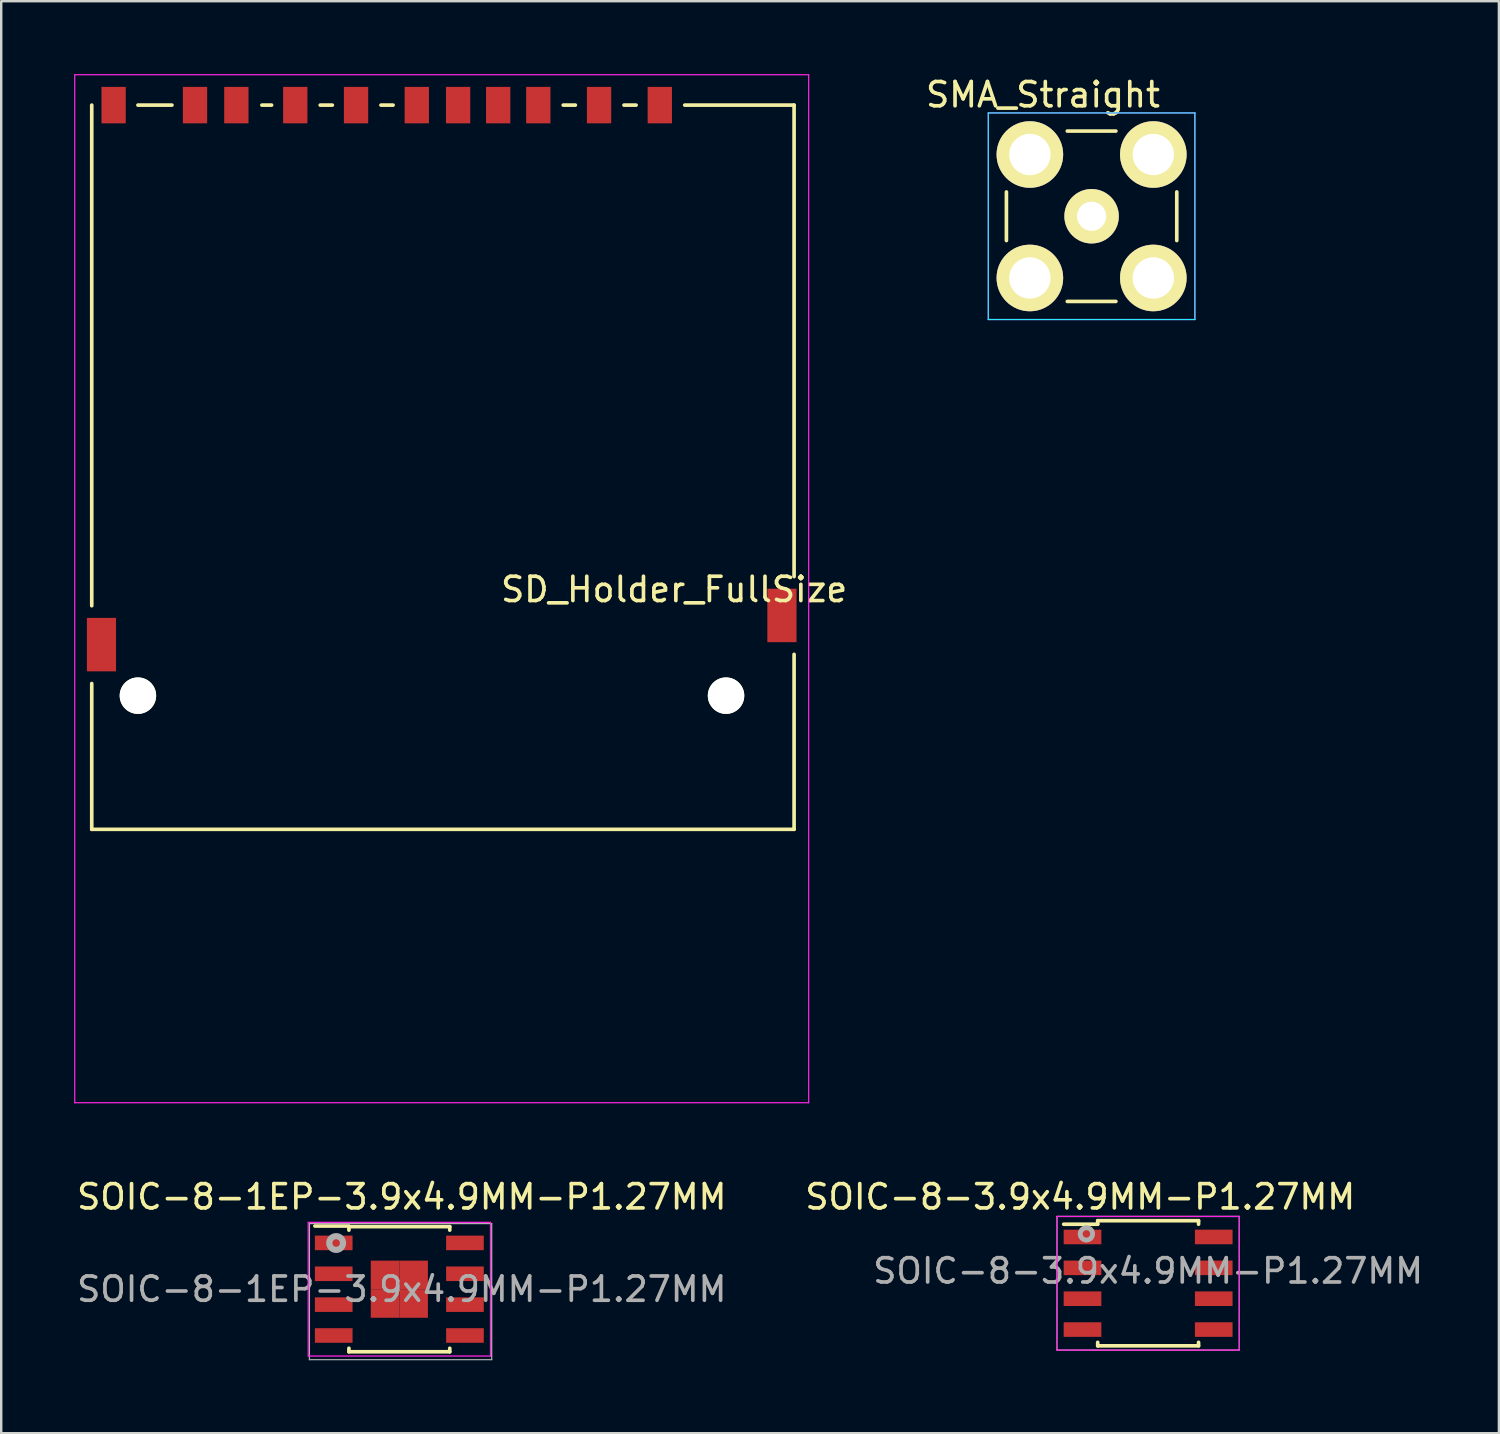
<source format=kicad_pcb>
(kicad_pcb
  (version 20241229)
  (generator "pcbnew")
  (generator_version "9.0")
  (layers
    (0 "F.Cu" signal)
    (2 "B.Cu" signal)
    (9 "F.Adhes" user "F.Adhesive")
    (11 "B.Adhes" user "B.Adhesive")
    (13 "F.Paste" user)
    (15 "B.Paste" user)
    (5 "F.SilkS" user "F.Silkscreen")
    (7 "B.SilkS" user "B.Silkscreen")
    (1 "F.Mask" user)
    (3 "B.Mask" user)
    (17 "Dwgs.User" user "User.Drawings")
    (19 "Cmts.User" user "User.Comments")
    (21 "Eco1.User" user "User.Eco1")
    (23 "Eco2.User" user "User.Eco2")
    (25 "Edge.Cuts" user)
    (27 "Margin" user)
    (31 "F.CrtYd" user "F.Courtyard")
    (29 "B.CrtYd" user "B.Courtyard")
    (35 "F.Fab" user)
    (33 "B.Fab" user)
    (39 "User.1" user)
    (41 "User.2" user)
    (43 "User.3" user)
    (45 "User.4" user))
  (footprint "SOIC-8-3.9x4.9MM-P1.27MM"
    (layer "F.Cu")
    (at 44.193 49.754)
    (property "Reference" "SOIC-8-3.9x4.9MM-P1.27MM" (at 0 -0.508 0) (layer "F.Fab") (effects (font (size 1 1) (thickness 0.15))))
    (attr smd)
    (fp_line (start -2.075 -2.575) (end -2.075 -2.43) (stroke (width 0.15) (type solid)) (layer "F.SilkS"))
    (fp_line (start -2.075 -2.575) (end 2.075 -2.575) (stroke (width 0.15) (type solid)) (layer "F.SilkS"))
    (fp_line (start -2.075 -2.43) (end -3.475 -2.43) (stroke (width 0.15) (type solid)) (layer "F.SilkS"))
    (fp_line (start -2.075 2.575) (end -2.075 2.43) (stroke (width 0.15) (type solid)) (layer "F.SilkS"))
    (fp_line (start -2.075 2.575) (end 2.075 2.575) (stroke (width 0.15) (type solid)) (layer "F.SilkS"))
    (fp_line (start 2.075 -2.575) (end 2.075 -2.43) (stroke (width 0.15) (type solid)) (layer "F.SilkS"))
    (fp_line (start 2.075 2.575) (end 2.075 2.43) (stroke (width 0.15) (type solid)) (layer "F.SilkS"))
    (fp_line (start -3.75 -2.75) (end -3.75 2.75) (stroke (width 0.05) (type solid)) (layer "F.CrtYd"))
    (fp_line (start -3.75 -2.75) (end 3.75 -2.75) (stroke (width 0.05) (type solid)) (layer "F.CrtYd"))
    (fp_line (start -3.75 2.75) (end 3.75 2.75) (stroke (width 0.05) (type solid)) (layer "F.CrtYd"))
    (fp_line (start 3.75 -2.75) (end 3.75 2.75) (stroke (width 0.05) (type solid)) (layer "F.CrtYd"))
    (fp_line (start -3.75 -2.75) (end -3.75 2.75) (stroke (width 0.05) (type solid)) (layer "F.Fab"))
    (fp_line (start -3.75 -2.75) (end 3.75 -2.75) (stroke (width 0.05) (type solid)) (layer "F.Fab"))
    (fp_line (start -3.75 2.75) (end 3.75 2.75) (stroke (width 0.05) (type solid)) (layer "F.Fab"))
    (fp_line (start 3.75 -2.75) (end 3.75 2.75) (stroke (width 0.05) (type solid)) (layer "F.Fab"))
    (fp_circle (center -2.54 -2.032) (end -2.286 -2.032) (stroke (width 0.2) (type solid)) (fill no) (layer "F.Fab"))
    (fp_text user "${REFERENCE}" (at -2.794 -3.556 0) (layer "F.SilkS") (effects (font (size 1 1) (thickness 0.15))))
    (pad "1" smd rect (at -2.7 -1.905) (size 1.55 0.6) (layers "F.Cu" "F.Mask" "F.Paste"))
    (pad "2" smd rect (at -2.7 -0.635) (size 1.55 0.6) (layers "F.Cu" "F.Mask" "F.Paste"))
    (pad "3" smd rect (at -2.7 0.635) (size 1.55 0.6) (layers "F.Cu" "F.Mask" "F.Paste"))
    (pad "4" smd rect (at -2.7 1.905) (size 1.55 0.6) (layers "F.Cu" "F.Mask" "F.Paste"))
    (pad "5" smd rect (at 2.7 1.905) (size 1.55 0.6) (layers "F.Cu" "F.Mask" "F.Paste"))
    (pad "6" smd rect (at 2.7 0.635) (size 1.55 0.6) (layers "F.Cu" "F.Mask" "F.Paste"))
    (pad "7" smd rect (at 2.7 -0.635) (size 1.55 0.6) (layers "F.Cu" "F.Mask" "F.Paste"))
    (pad "8" smd rect (at 2.7 -1.905) (size 1.55 0.6) (layers "F.Cu" "F.Mask" "F.Paste")))
  (footprint "SMA_Straight"
    (layer "F.Cu")
    (at 41.867 5.848)
    (property "Reference" "SMA_Straight" (at -2 -5 0) (layer "F.SilkS") (effects (font (size 1 1) (thickness 0.15))))
    (attr through_hole)
    (fp_line (start -3.505 1) (end -3.505 -1) (stroke (width 0.15) (type solid)) (layer "F.SilkS"))
    (fp_line (start -1 -3.505) (end 1 -3.505) (stroke (width 0.15) (type solid)) (layer "F.SilkS"))
    (fp_line (start 1 3.505) (end -1 3.505) (stroke (width 0.15) (type solid)) (layer "F.SilkS"))
    (fp_line (start 3.505 -1) (end 3.505 1) (stroke (width 0.15) (type solid)) (layer "F.SilkS"))
    (fp_line (start -4.25 -4.25) (end 4.25 -4.25) (stroke (width 0.05) (type solid)) (layer "B.CrtYd"))
    (fp_line (start -4.25 4.25) (end -4.25 -4.25) (stroke (width 0.05) (type solid)) (layer "B.CrtYd"))
    (fp_line (start 4.25 -4.25) (end 4.25 4.25) (stroke (width 0.05) (type solid)) (layer "B.CrtYd"))
    (fp_line (start 4.25 4.25) (end -4.25 4.25) (stroke (width 0.05) (type solid)) (layer "B.CrtYd"))
    (fp_line (start -4.25 -4.25) (end 4.25 -4.25) (stroke (width 0.05) (type solid)) (layer "F.CrtYd"))
    (fp_line (start -4.25 4.25) (end -4.25 -4.25) (stroke (width 0.05) (type solid)) (layer "F.CrtYd"))
    (fp_line (start 4.25 -4.25) (end 4.25 4.25) (stroke (width 0.05) (type solid)) (layer "F.CrtYd"))
    (fp_line (start 4.25 4.25) (end -4.25 4.25) (stroke (width 0.05) (type solid)) (layer "F.CrtYd"))
    (pad "1" thru_hole circle (at 0 0) (size 2.24 2.24) (drill 1.2) (layers "*.Cu" "*.Mask" "F.SilkS"))
    (pad "2" thru_hole circle (at -2.54 -2.54) (size 2.74 2.74) (drill 1.7) (layers "*.Cu" "*.Mask" "F.SilkS"))
    (pad "2" thru_hole circle (at -2.54 2.54) (size 2.74 2.74) (drill 1.7) (layers "*.Cu" "*.Mask" "F.SilkS"))
    (pad "2" thru_hole circle (at 2.54 -2.54) (size 2.74 2.74) (drill 1.7) (layers "*.Cu" "*.Mask" "F.SilkS"))
    (pad "2" thru_hole circle (at 2.54 2.54) (size 2.74 2.74) (drill 1.7) (layers "*.Cu" "*.Mask" "F.SilkS")))
  (footprint "SD_Holder_FullSize"
    (layer "F.Cu")
    (at 14.725 1.275)
    (property "Reference" "SD_Holder_FullSize" (at 9.964 19.931 0) (layer "F.SilkS") (effects (font (size 1 1) (thickness 0.15))))
    (attr through_hole)
    (fp_line (start -14 20.6) (end -14 0) (stroke (width 0.15) (type solid)) (layer "F.SilkS"))
    (fp_line (start -14 29.8) (end -14 23.8) (stroke (width 0.15) (type solid)) (layer "F.SilkS"))
    (fp_line (start -12.1 0) (end -10.7 0) (stroke (width 0.15) (type solid)) (layer "F.SilkS"))
    (fp_line (start -7 0) (end -6.6 0) (stroke (width 0.15) (type solid)) (layer "F.SilkS"))
    (fp_line (start -4.6 0) (end -4.1 0) (stroke (width 0.15) (type solid)) (layer "F.SilkS"))
    (fp_line (start -2.1 0) (end -1.6 0) (stroke (width 0.15) (type solid)) (layer "F.SilkS"))
    (fp_line (start 5.4 0) (end 5.9 0) (stroke (width 0.15) (type solid)) (layer "F.SilkS"))
    (fp_line (start 7.9 0) (end 8.4 0) (stroke (width 0.15) (type solid)) (layer "F.SilkS"))
    (fp_line (start 14.9 0) (end 10.4 0) (stroke (width 0.15) (type solid)) (layer "F.SilkS"))
    (fp_line (start 14.9 19.4) (end 14.9 0) (stroke (width 0.15) (type solid)) (layer "F.SilkS"))
    (fp_line (start 14.9 29.8) (end -14 29.8) (stroke (width 0.15) (type solid)) (layer "F.SilkS"))
    (fp_line (start 14.9 29.8) (end 14.9 22.6) (stroke (width 0.15) (type solid)) (layer "F.SilkS"))
    (fp_line (start -14.7 -1.25) (end -14.7 41.05) (stroke (width 0.05) (type solid)) (layer "F.CrtYd"))
    (fp_line (start -14.7 41.05) (end 15.5 41.05) (stroke (width 0.05) (type solid)) (layer "F.CrtYd"))
    (fp_line (start 15.5 -1.25) (end -14.7 -1.25) (stroke (width 0.05) (type solid)) (layer "F.CrtYd"))
    (fp_line (start 15.5 41.05) (end 15.5 -1.25) (stroke (width 0.05) (type solid)) (layer "F.CrtYd"))
    (pad "" np_thru_hole circle (at -12.1 24.3) (size 1.5 1.5) (drill 1.5) (layers "*.Cu" "*.Mask" "F.SilkS"))
    (pad "" np_thru_hole circle (at 12.1 24.3) (size 1.5 1.5) (drill 1.5) (layers "*.Cu" "*.Mask" "F.SilkS"))
    (pad "1" smd rect (at 6.875 0) (size 1 1.5) (layers "F.Cu" "F.Mask" "F.Paste"))
    (pad "2" smd rect (at 4.375 0) (size 1 1.5) (layers "F.Cu" "F.Mask" "F.Paste"))
    (pad "3" smd rect (at 1.075 0) (size 1 1.5) (layers "F.Cu" "F.Mask" "F.Paste"))
    (pad "4" smd rect (at -0.625 0) (size 1 1.5) (layers "F.Cu" "F.Mask" "F.Paste"))
    (pad "5" smd rect (at -3.125 0) (size 1 1.5) (layers "F.Cu" "F.Mask" "F.Paste"))
    (pad "6" smd rect (at -5.625 0) (size 1 1.5) (layers "F.Cu" "F.Mask" "F.Paste"))
    (pad "7" smd rect (at -8.05 0) (size 1 1.5) (layers "F.Cu" "F.Mask" "F.Paste"))
    (pad "8" smd rect (at -9.75 0) (size 1 1.5) (layers "F.Cu" "F.Mask" "F.Paste"))
    (pad "9" smd rect (at 9.375 0) (size 1 1.5) (layers "F.Cu" "F.Mask" "F.Paste"))
    (pad "10" smd rect (at 2.725 0) (size 1 1.5) (layers "F.Cu" "F.Mask" "F.Paste"))
    (pad "11" smd rect (at -13.1 0) (size 1 1.5) (layers "F.Cu" "F.Mask" "F.Paste"))
    (pad "12" smd rect (at 14.4 21) (size 1.2 2.2) (layers "F.Cu" "F.Mask" "F.Paste"))
    (pad "13" smd rect (at -13.6 22.2) (size 1.2 2.2) (layers "F.Cu" "F.Mask" "F.Paste")))
  (footprint "SOIC-8-1EP-3.9x4.9MM-P1.27MM"
    (layer "F.Cu")
    (at 13.382 49.998)
    (property "Reference" "SOIC-8-1EP-3.9x4.9MM-P1.27MM" (at 0.1 0 0) (layer "F.Fab") (effects (font (size 1 1) (thickness 0.15))))
    (attr smd)
    (fp_line (start -2.075 -2.6) (end -3.475 -2.6) (stroke (width 0.15) (type solid)) (layer "F.SilkS"))
    (fp_line (start -2.075 -2.575) (end -2.075 -2.43) (stroke (width 0.15) (type solid)) (layer "F.SilkS"))
    (fp_line (start -2.075 -2.575) (end 2.075 -2.575) (stroke (width 0.15) (type solid)) (layer "F.SilkS"))
    (fp_line (start -2.075 2.575) (end -2.075 2.43) (stroke (width 0.15) (type solid)) (layer "F.SilkS"))
    (fp_line (start -2.075 2.575) (end 2.075 2.575) (stroke (width 0.15) (type solid)) (layer "F.SilkS"))
    (fp_line (start 2.075 -2.575) (end 2.075 -2.43) (stroke (width 0.15) (type solid)) (layer "F.SilkS"))
    (fp_line (start 2.075 2.575) (end 2.075 2.43) (stroke (width 0.15) (type solid)) (layer "F.SilkS"))
    (fp_line (start -3.75 -2.75) (end -3.75 2.75) (stroke (width 0.05) (type solid)) (layer "F.CrtYd"))
    (fp_line (start -3.75 -2.75) (end 3.75 -2.75) (stroke (width 0.05) (type solid)) (layer "F.CrtYd"))
    (fp_line (start -3.75 2.75) (end 3.75 2.75) (stroke (width 0.05) (type solid)) (layer "F.CrtYd"))
    (fp_line (start 3.75 -2.75) (end 3.75 2.75) (stroke (width 0.05) (type solid)) (layer "F.CrtYd"))
    (fp_line (start -3.7 -2.7) (end -3.7 2.9) (stroke (width 0.051) (type solid)) (layer "F.Fab"))
    (fp_line (start -3.7 2.9) (end 3.8 2.9) (stroke (width 0.051) (type solid)) (layer "F.Fab"))
    (fp_line (start 3.8 -2.7) (end -3.7 -2.7) (stroke (width 0.051) (type solid)) (layer "F.Fab"))
    (fp_line (start 3.8 2.9) (end 3.8 -2.7) (stroke (width 0.051) (type solid)) (layer "F.Fab"))
    (fp_circle (center -2.6 -1.9) (end -2.4 -1.7) (stroke (width 0.254) (type solid)) (fill no) (layer "F.Fab"))
    (fp_text user "${REFERENCE}" (at 0.1 -3.8 0) (layer "F.SilkS") (effects (font (size 1 1) (thickness 0.15))))
    (pad "1" smd rect (at -2.7 -1.905) (size 1.55 0.6) (layers "F.Cu" "F.Mask" "F.Paste"))
    (pad "2" smd rect (at -2.7 -0.635) (size 1.55 0.6) (layers "F.Cu" "F.Mask" "F.Paste"))
    (pad "3" smd rect (at -2.7 0.635) (size 1.55 0.6) (layers "F.Cu" "F.Mask" "F.Paste"))
    (pad "4" smd rect (at -2.7 1.905) (size 1.55 0.6) (layers "F.Cu" "F.Mask" "F.Paste"))
    (pad "5" smd rect (at 2.7 1.905) (size 1.55 0.6) (layers "F.Cu" "F.Mask" "F.Paste"))
    (pad "6" smd rect (at 2.7 0.635) (size 1.55 0.6) (layers "F.Cu" "F.Mask" "F.Paste"))
    (pad "7" smd rect (at 2.7 -0.635) (size 1.55 0.6) (layers "F.Cu" "F.Mask" "F.Paste"))
    (pad "8" smd rect (at 2.7 -1.905) (size 1.55 0.6) (layers "F.Cu" "F.Mask" "F.Paste"))
    (pad "9" smd rect (at -0.588 -0.588) (size 1.175 1.175) (layers "F.Cu" "F.Mask" "F.Paste"))
    (pad "9" smd rect (at -0.588 0.588) (size 1.175 1.175) (layers "F.Cu" "F.Mask" "F.Paste"))
    (pad "9" smd rect (at 0.588 -0.588) (size 1.175 1.175) (layers "F.Cu" "F.Mask" "F.Paste"))
    (pad "9" smd rect (at 0.588 0.588) (size 1.175 1.175) (layers "F.Cu" "F.Mask" "F.Paste")))
  (gr_rect
    (start -3 -3)
    (end 58.627 55.924)
    (stroke (width 0.1) (type default))
    (fill no)
    (layer "Edge.Cuts")))
</source>
